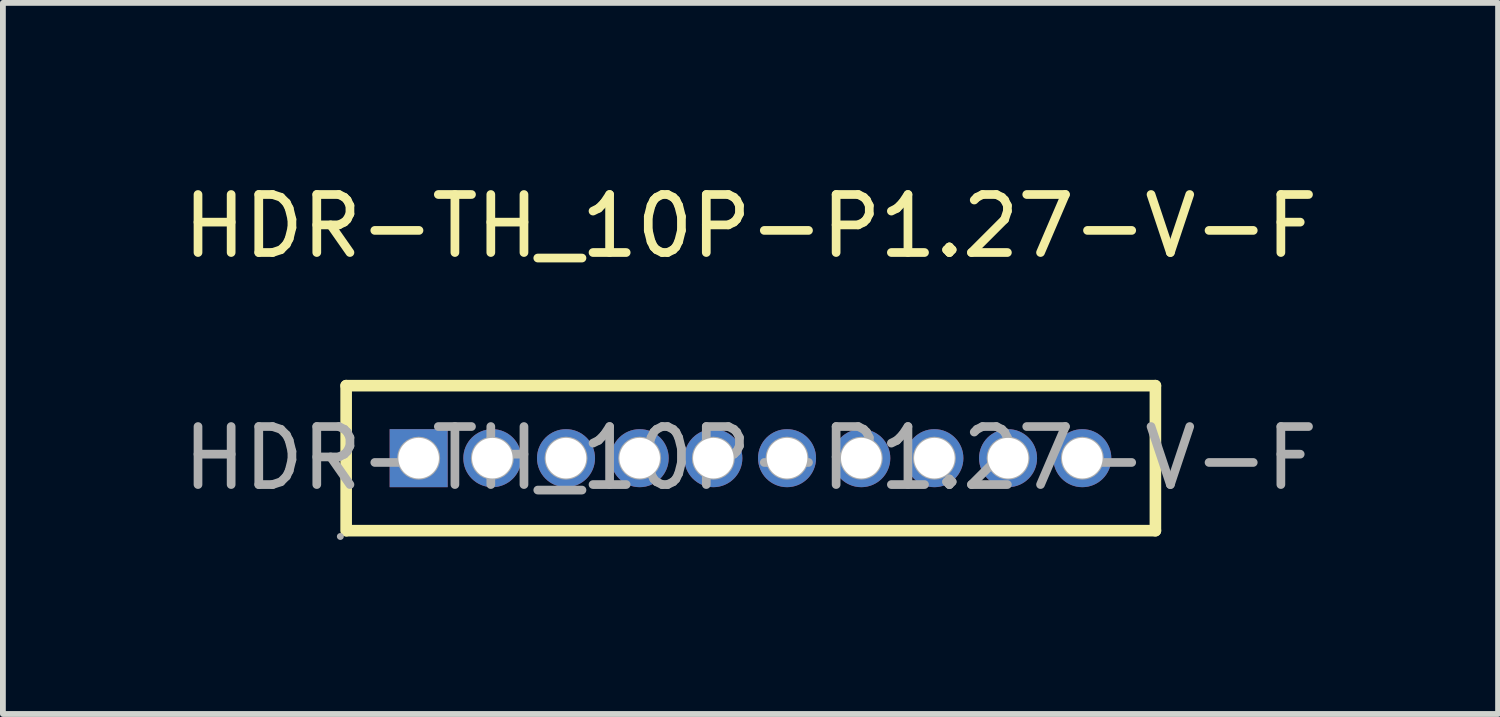
<source format=kicad_pcb>
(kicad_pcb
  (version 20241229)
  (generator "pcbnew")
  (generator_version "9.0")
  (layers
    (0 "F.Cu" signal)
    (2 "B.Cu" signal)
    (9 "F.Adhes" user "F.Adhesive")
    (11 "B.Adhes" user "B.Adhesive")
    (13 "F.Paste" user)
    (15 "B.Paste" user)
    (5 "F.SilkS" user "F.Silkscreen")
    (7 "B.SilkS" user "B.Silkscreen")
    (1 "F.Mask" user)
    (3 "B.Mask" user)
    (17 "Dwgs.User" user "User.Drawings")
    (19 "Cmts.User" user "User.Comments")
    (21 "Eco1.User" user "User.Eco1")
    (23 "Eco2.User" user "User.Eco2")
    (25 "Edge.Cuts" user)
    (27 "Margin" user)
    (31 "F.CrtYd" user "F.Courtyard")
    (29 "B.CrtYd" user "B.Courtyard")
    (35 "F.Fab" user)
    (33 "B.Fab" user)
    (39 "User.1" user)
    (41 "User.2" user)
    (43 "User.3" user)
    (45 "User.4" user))
  (footprint "HDR-TH_10P-P1.27-V-F"
    (layer "F.Cu")
    (at 9.887 4.848)
    (property "Reference" "HDR-TH_10P-P1.27-V-F" (at 0 -4 0) (layer "F.SilkS") (effects (font (size 1 1) (thickness 0.15))))
    (attr through_hole)
    (fp_line (start -6.97 -1.25) (end -6.97 1.25) (stroke (width 0.2) (type solid)) (layer "F.SilkS"))
    (fp_line (start -6.96 1.25) (end 6.98 1.25) (stroke (width 0.2) (type solid)) (layer "F.SilkS"))
    (fp_line (start 6.98 -1.25) (end -6.97 -1.25) (stroke (width 0.2) (type solid)) (layer "F.SilkS"))
    (fp_line (start 6.98 1.25) (end 6.98 -1.25) (stroke (width 0.2) (type solid)) (layer "F.SilkS"))
    (fp_circle (center -7.07 1.35) (end -7.04 1.35) (stroke (width 0.06) (type solid)) (fill no) (layer "F.Fab"))
    (fp_circle (center -5.72 0) (end -5.6 0) (stroke (width 0.25) (type solid)) (fill no) (layer "F.Fab"))
    (fp_circle (center -4.45 0) (end -4.33 0) (stroke (width 0.25) (type solid)) (fill no) (layer "F.Fab"))
    (fp_circle (center -3.18 0) (end -3.06 0) (stroke (width 0.25) (type solid)) (fill no) (layer "F.Fab"))
    (fp_circle (center -1.91 0) (end -1.79 0) (stroke (width 0.25) (type solid)) (fill no) (layer "F.Fab"))
    (fp_circle (center -0.64 0) (end -0.52 0) (stroke (width 0.25) (type solid)) (fill no) (layer "F.Fab"))
    (fp_circle (center 0.63 0) (end 0.75 0) (stroke (width 0.25) (type solid)) (fill no) (layer "F.Fab"))
    (fp_circle (center 1.91 0) (end 2.03 0) (stroke (width 0.25) (type solid)) (fill no) (layer "F.Fab"))
    (fp_circle (center 3.17 0) (end 3.29 0) (stroke (width 0.25) (type solid)) (fill no) (layer "F.Fab"))
    (fp_circle (center 4.44 0) (end 4.56 0) (stroke (width 0.25) (type solid)) (fill no) (layer "F.Fab"))
    (fp_circle (center 5.72 0) (end 5.84 0) (stroke (width 0.25) (type solid)) (fill no) (layer "F.Fab"))
    (fp_text user "${REFERENCE}" (at 0 0 0) (layer "F.Fab") (effects (font (size 1 1) (thickness 0.15))))
    (pad "1" thru_hole rect (at -5.72 0) (size 1 1) (drill 0.7) (layers "*.Cu" "*.Paste" "*.Mask"))
    (pad "2" thru_hole circle (at -4.45 0) (size 1 1) (drill 0.7) (layers "*.Cu" "*.Paste" "*.Mask"))
    (pad "3" thru_hole circle (at -3.18 0) (size 1 1) (drill 0.7) (layers "*.Cu" "*.Paste" "*.Mask"))
    (pad "4" thru_hole circle (at -1.91 0) (size 1 1) (drill 0.7) (layers "*.Cu" "*.Paste" "*.Mask"))
    (pad "5" thru_hole circle (at -0.64 0) (size 1 1) (drill 0.7) (layers "*.Cu" "*.Paste" "*.Mask"))
    (pad "6" thru_hole circle (at 0.63 0) (size 1 1) (drill 0.7) (layers "*.Cu" "*.Paste" "*.Mask"))
    (pad "7" thru_hole circle (at 1.91 0) (size 1 1) (drill 0.7) (layers "*.Cu" "*.Paste" "*.Mask"))
    (pad "8" thru_hole circle (at 3.17 0) (size 1 1) (drill 0.7) (layers "*.Cu" "*.Paste" "*.Mask"))
    (pad "9" thru_hole circle (at 4.44 0) (size 1 1) (drill 0.7) (layers "*.Cu" "*.Paste" "*.Mask"))
    (pad "10" thru_hole circle (at 5.72 0) (size 1 1) (drill 0.7) (layers "*.Cu" "*.Paste" "*.Mask")))
  (gr_rect
    (start -3 -3)
    (end 22.774 9.258)
    (stroke (width 0.1) (type default))
    (fill no)
    (layer "Edge.Cuts")))
</source>
